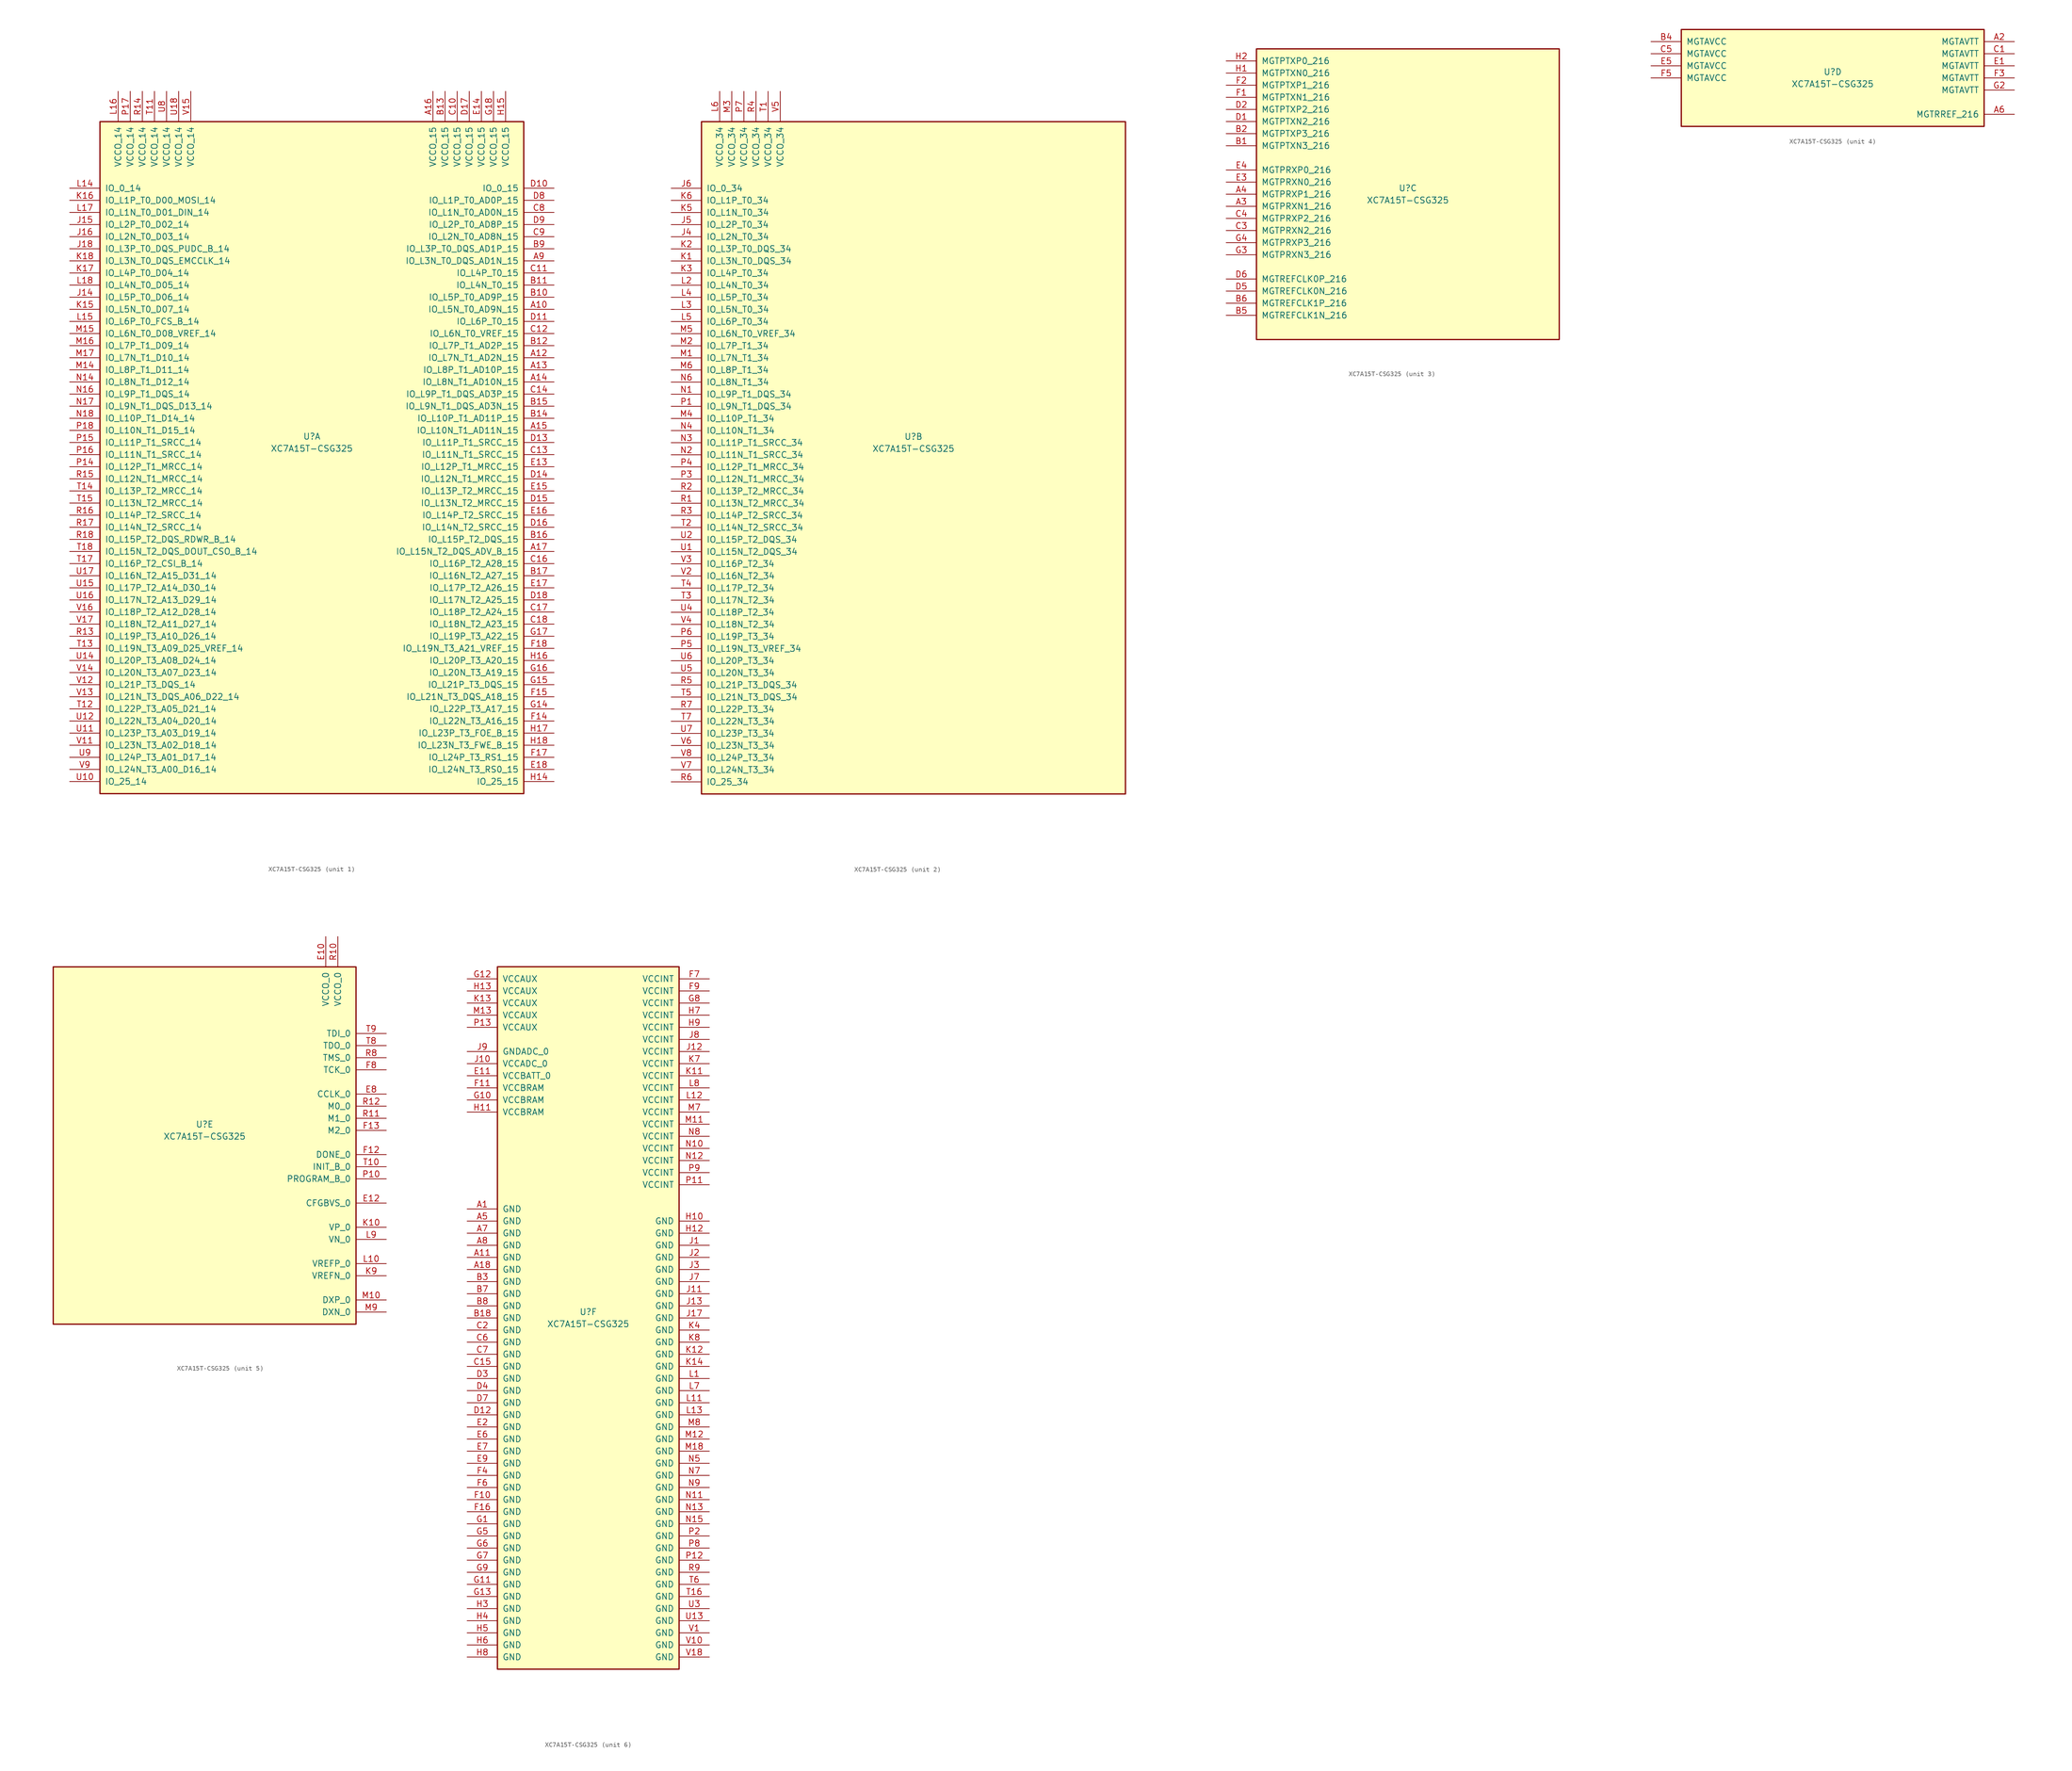
<source format=kicad_sym>
(kicad_symbol_lib
  (version 20211014)
  (generator kicad_symbol_editor)
  (symbol "XC7A15T-CSG325"
    (pin_names
      (offset 1.016))
    (property "Reference" "U"
      (at 0 1.27 0)
      (effects (font (size 1.27 1.27))))
    (property "Value" "XC7A15T-CSG325"
      (at 0 -1.27 0)
      (effects (font (size 1.27 1.27))))
    (property "Datasheet" ""
      (at 0 0 0)
      (effects (font (size 1.27 1.27))))
    (property "ki_locked" ""
      (at 0 0 0)
      (effects (font (size 1.27 1.27))))
    (symbol "XC7A15T-CSG325_1_1"
      (rectangle (start -44.45 67.31) (end 44.45 -73.66) (stroke (width 0.254) (type default) (color 0 0 0 0)) (fill (type background)))
      (pin bidirectional line (at 50.8 27.94 180) (length 6.35) (name "IO_L5N_T0_AD9N_15" (effects (font (size 1.27 1.27)))) (number "A10" (effects (font (size 1.27 1.27)))))
      (pin bidirectional line (at 50.8 17.78 180) (length 6.35) (name "IO_L7N_T1_AD2N_15" (effects (font (size 1.27 1.27)))) (number "A12" (effects (font (size 1.27 1.27)))))
      (pin bidirectional line (at 50.8 15.24 180) (length 6.35) (name "IO_L8P_T1_AD10P_15" (effects (font (size 1.27 1.27)))) (number "A13" (effects (font (size 1.27 1.27)))))
      (pin bidirectional line (at 50.8 12.7 180) (length 6.35) (name "IO_L8N_T1_AD10N_15" (effects (font (size 1.27 1.27)))) (number "A14" (effects (font (size 1.27 1.27)))))
      (pin bidirectional line (at 50.8 2.54 180) (length 6.35) (name "IO_L10N_T1_AD11N_15" (effects (font (size 1.27 1.27)))) (number "A15" (effects (font (size 1.27 1.27)))))
      (pin power_in line (at 25.4 73.66 270) (length 6.35) (name "VCCO_15" (effects (font (size 1.27 1.27)))) (number "A16" (effects (font (size 1.27 1.27)))))
      (pin bidirectional line (at 50.8 -22.86 180) (length 6.35) (name "IO_L15N_T2_DQS_ADV_B_15" (effects (font (size 1.27 1.27)))) (number "A17" (effects (font (size 1.27 1.27)))))
      (pin bidirectional line (at 50.8 38.1 180) (length 6.35) (name "IO_L3N_T0_DQS_AD1N_15" (effects (font (size 1.27 1.27)))) (number "A9" (effects (font (size 1.27 1.27)))))
      (pin bidirectional line (at 50.8 30.48 180) (length 6.35) (name "IO_L5P_T0_AD9P_15" (effects (font (size 1.27 1.27)))) (number "B10" (effects (font (size 1.27 1.27)))))
      (pin bidirectional line (at 50.8 33.02 180) (length 6.35) (name "IO_L4N_T0_15" (effects (font (size 1.27 1.27)))) (number "B11" (effects (font (size 1.27 1.27)))))
      (pin bidirectional line (at 50.8 20.32 180) (length 6.35) (name "IO_L7P_T1_AD2P_15" (effects (font (size 1.27 1.27)))) (number "B12" (effects (font (size 1.27 1.27)))))
      (pin power_in line (at 27.94 73.66 270) (length 6.35) (name "VCCO_15" (effects (font (size 1.27 1.27)))) (number "B13" (effects (font (size 1.27 1.27)))))
      (pin bidirectional line (at 50.8 5.08 180) (length 6.35) (name "IO_L10P_T1_AD11P_15" (effects (font (size 1.27 1.27)))) (number "B14" (effects (font (size 1.27 1.27)))))
      (pin bidirectional line (at 50.8 7.62 180) (length 6.35) (name "IO_L9N_T1_DQS_AD3N_15" (effects (font (size 1.27 1.27)))) (number "B15" (effects (font (size 1.27 1.27)))))
      (pin bidirectional line (at 50.8 -20.32 180) (length 6.35) (name "IO_L15P_T2_DQS_15" (effects (font (size 1.27 1.27)))) (number "B16" (effects (font (size 1.27 1.27)))))
      (pin bidirectional line (at 50.8 -27.94 180) (length 6.35) (name "IO_L16N_T2_A27_15" (effects (font (size 1.27 1.27)))) (number "B17" (effects (font (size 1.27 1.27)))))
      (pin bidirectional line (at 50.8 40.64 180) (length 6.35) (name "IO_L3P_T0_DQS_AD1P_15" (effects (font (size 1.27 1.27)))) (number "B9" (effects (font (size 1.27 1.27)))))
      (pin power_in line (at 30.48 73.66 270) (length 6.35) (name "VCCO_15" (effects (font (size 1.27 1.27)))) (number "C10" (effects (font (size 1.27 1.27)))))
      (pin bidirectional line (at 50.8 35.56 180) (length 6.35) (name "IO_L4P_T0_15" (effects (font (size 1.27 1.27)))) (number "C11" (effects (font (size 1.27 1.27)))))
      (pin bidirectional line (at 50.8 22.86 180) (length 6.35) (name "IO_L6N_T0_VREF_15" (effects (font (size 1.27 1.27)))) (number "C12" (effects (font (size 1.27 1.27)))))
      (pin bidirectional line (at 50.8 -2.54 180) (length 6.35) (name "IO_L11N_T1_SRCC_15" (effects (font (size 1.27 1.27)))) (number "C13" (effects (font (size 1.27 1.27)))))
      (pin bidirectional line (at 50.8 10.16 180) (length 6.35) (name "IO_L9P_T1_DQS_AD3P_15" (effects (font (size 1.27 1.27)))) (number "C14" (effects (font (size 1.27 1.27)))))
      (pin bidirectional line (at 50.8 -25.4 180) (length 6.35) (name "IO_L16P_T2_A28_15" (effects (font (size 1.27 1.27)))) (number "C16" (effects (font (size 1.27 1.27)))))
      (pin bidirectional line (at 50.8 -35.56 180) (length 6.35) (name "IO_L18P_T2_A24_15" (effects (font (size 1.27 1.27)))) (number "C17" (effects (font (size 1.27 1.27)))))
      (pin bidirectional line (at 50.8 -38.1 180) (length 6.35) (name "IO_L18N_T2_A23_15" (effects (font (size 1.27 1.27)))) (number "C18" (effects (font (size 1.27 1.27)))))
      (pin bidirectional line (at 50.8 48.26 180) (length 6.35) (name "IO_L1N_T0_AD0N_15" (effects (font (size 1.27 1.27)))) (number "C8" (effects (font (size 1.27 1.27)))))
      (pin bidirectional line (at 50.8 43.18 180) (length 6.35) (name "IO_L2N_T0_AD8N_15" (effects (font (size 1.27 1.27)))) (number "C9" (effects (font (size 1.27 1.27)))))
      (pin bidirectional line (at 50.8 53.34 180) (length 6.35) (name "IO_0_15" (effects (font (size 1.27 1.27)))) (number "D10" (effects (font (size 1.27 1.27)))))
      (pin bidirectional line (at 50.8 25.4 180) (length 6.35) (name "IO_L6P_T0_15" (effects (font (size 1.27 1.27)))) (number "D11" (effects (font (size 1.27 1.27)))))
      (pin bidirectional line (at 50.8 0 180) (length 6.35) (name "IO_L11P_T1_SRCC_15" (effects (font (size 1.27 1.27)))) (number "D13" (effects (font (size 1.27 1.27)))))
      (pin bidirectional line (at 50.8 -7.62 180) (length 6.35) (name "IO_L12N_T1_MRCC_15" (effects (font (size 1.27 1.27)))) (number "D14" (effects (font (size 1.27 1.27)))))
      (pin bidirectional line (at 50.8 -12.7 180) (length 6.35) (name "IO_L13N_T2_MRCC_15" (effects (font (size 1.27 1.27)))) (number "D15" (effects (font (size 1.27 1.27)))))
      (pin bidirectional line (at 50.8 -17.78 180) (length 6.35) (name "IO_L14N_T2_SRCC_15" (effects (font (size 1.27 1.27)))) (number "D16" (effects (font (size 1.27 1.27)))))
      (pin power_in line (at 33.02 73.66 270) (length 6.35) (name "VCCO_15" (effects (font (size 1.27 1.27)))) (number "D17" (effects (font (size 1.27 1.27)))))
      (pin bidirectional line (at 50.8 -33.02 180) (length 6.35) (name "IO_L17N_T2_A25_15" (effects (font (size 1.27 1.27)))) (number "D18" (effects (font (size 1.27 1.27)))))
      (pin bidirectional line (at 50.8 50.8 180) (length 6.35) (name "IO_L1P_T0_AD0P_15" (effects (font (size 1.27 1.27)))) (number "D8" (effects (font (size 1.27 1.27)))))
      (pin bidirectional line (at 50.8 45.72 180) (length 6.35) (name "IO_L2P_T0_AD8P_15" (effects (font (size 1.27 1.27)))) (number "D9" (effects (font (size 1.27 1.27)))))
      (pin bidirectional line (at 50.8 -5.08 180) (length 6.35) (name "IO_L12P_T1_MRCC_15" (effects (font (size 1.27 1.27)))) (number "E13" (effects (font (size 1.27 1.27)))))
      (pin power_in line (at 35.56 73.66 270) (length 6.35) (name "VCCO_15" (effects (font (size 1.27 1.27)))) (number "E14" (effects (font (size 1.27 1.27)))))
      (pin bidirectional line (at 50.8 -10.16 180) (length 6.35) (name "IO_L13P_T2_MRCC_15" (effects (font (size 1.27 1.27)))) (number "E15" (effects (font (size 1.27 1.27)))))
      (pin bidirectional line (at 50.8 -15.24 180) (length 6.35) (name "IO_L14P_T2_SRCC_15" (effects (font (size 1.27 1.27)))) (number "E16" (effects (font (size 1.27 1.27)))))
      (pin bidirectional line (at 50.8 -30.48 180) (length 6.35) (name "IO_L17P_T2_A26_15" (effects (font (size 1.27 1.27)))) (number "E17" (effects (font (size 1.27 1.27)))))
      (pin bidirectional line (at 50.8 -68.58 180) (length 6.35) (name "IO_L24N_T3_RS0_15" (effects (font (size 1.27 1.27)))) (number "E18" (effects (font (size 1.27 1.27)))))
      (pin bidirectional line (at 50.8 -58.42 180) (length 6.35) (name "IO_L22N_T3_A16_15" (effects (font (size 1.27 1.27)))) (number "F14" (effects (font (size 1.27 1.27)))))
      (pin bidirectional line (at 50.8 -53.34 180) (length 6.35) (name "IO_L21N_T3_DQS_A18_15" (effects (font (size 1.27 1.27)))) (number "F15" (effects (font (size 1.27 1.27)))))
      (pin bidirectional line (at 50.8 -66.04 180) (length 6.35) (name "IO_L24P_T3_RS1_15" (effects (font (size 1.27 1.27)))) (number "F17" (effects (font (size 1.27 1.27)))))
      (pin bidirectional line (at 50.8 -43.18 180) (length 6.35) (name "IO_L19N_T3_A21_VREF_15" (effects (font (size 1.27 1.27)))) (number "F18" (effects (font (size 1.27 1.27)))))
      (pin bidirectional line (at 50.8 -55.88 180) (length 6.35) (name "IO_L22P_T3_A17_15" (effects (font (size 1.27 1.27)))) (number "G14" (effects (font (size 1.27 1.27)))))
      (pin bidirectional line (at 50.8 -50.8 180) (length 6.35) (name "IO_L21P_T3_DQS_15" (effects (font (size 1.27 1.27)))) (number "G15" (effects (font (size 1.27 1.27)))))
      (pin bidirectional line (at 50.8 -48.26 180) (length 6.35) (name "IO_L20N_T3_A19_15" (effects (font (size 1.27 1.27)))) (number "G16" (effects (font (size 1.27 1.27)))))
      (pin bidirectional line (at 50.8 -40.64 180) (length 6.35) (name "IO_L19P_T3_A22_15" (effects (font (size 1.27 1.27)))) (number "G17" (effects (font (size 1.27 1.27)))))
      (pin power_in line (at 38.1 73.66 270) (length 6.35) (name "VCCO_15" (effects (font (size 1.27 1.27)))) (number "G18" (effects (font (size 1.27 1.27)))))
      (pin bidirectional line (at 50.8 -71.12 180) (length 6.35) (name "IO_25_15" (effects (font (size 1.27 1.27)))) (number "H14" (effects (font (size 1.27 1.27)))))
      (pin power_in line (at 40.64 73.66 270) (length 6.35) (name "VCCO_15" (effects (font (size 1.27 1.27)))) (number "H15" (effects (font (size 1.27 1.27)))))
      (pin bidirectional line (at 50.8 -45.72 180) (length 6.35) (name "IO_L20P_T3_A20_15" (effects (font (size 1.27 1.27)))) (number "H16" (effects (font (size 1.27 1.27)))))
      (pin bidirectional line (at 50.8 -60.96 180) (length 6.35) (name "IO_L23P_T3_FOE_B_15" (effects (font (size 1.27 1.27)))) (number "H17" (effects (font (size 1.27 1.27)))))
      (pin bidirectional line (at 50.8 -63.5 180) (length 6.35) (name "IO_L23N_T3_FWE_B_15" (effects (font (size 1.27 1.27)))) (number "H18" (effects (font (size 1.27 1.27)))))
      (pin bidirectional line (at -50.8 30.48 0) (length 6.35) (name "IO_L5P_T0_D06_14" (effects (font (size 1.27 1.27)))) (number "J14" (effects (font (size 1.27 1.27)))))
      (pin bidirectional line (at -50.8 45.72 0) (length 6.35) (name "IO_L2P_T0_D02_14" (effects (font (size 1.27 1.27)))) (number "J15" (effects (font (size 1.27 1.27)))))
      (pin bidirectional line (at -50.8 43.18 0) (length 6.35) (name "IO_L2N_T0_D03_14" (effects (font (size 1.27 1.27)))) (number "J16" (effects (font (size 1.27 1.27)))))
      (pin bidirectional line (at -50.8 40.64 0) (length 6.35) (name "IO_L3P_T0_DQS_PUDC_B_14" (effects (font (size 1.27 1.27)))) (number "J18" (effects (font (size 1.27 1.27)))))
      (pin bidirectional line (at -50.8 27.94 0) (length 6.35) (name "IO_L5N_T0_D07_14" (effects (font (size 1.27 1.27)))) (number "K15" (effects (font (size 1.27 1.27)))))
      (pin bidirectional line (at -50.8 50.8 0) (length 6.35) (name "IO_L1P_T0_D00_MOSI_14" (effects (font (size 1.27 1.27)))) (number "K16" (effects (font (size 1.27 1.27)))))
      (pin bidirectional line (at -50.8 35.56 0) (length 6.35) (name "IO_L4P_T0_D04_14" (effects (font (size 1.27 1.27)))) (number "K17" (effects (font (size 1.27 1.27)))))
      (pin bidirectional line (at -50.8 38.1 0) (length 6.35) (name "IO_L3N_T0_DQS_EMCCLK_14" (effects (font (size 1.27 1.27)))) (number "K18" (effects (font (size 1.27 1.27)))))
      (pin bidirectional line (at -50.8 53.34 0) (length 6.35) (name "IO_0_14" (effects (font (size 1.27 1.27)))) (number "L14" (effects (font (size 1.27 1.27)))))
      (pin bidirectional line (at -50.8 25.4 0) (length 6.35) (name "IO_L6P_T0_FCS_B_14" (effects (font (size 1.27 1.27)))) (number "L15" (effects (font (size 1.27 1.27)))))
      (pin power_in line (at -40.64 73.66 270) (length 6.35) (name "VCCO_14" (effects (font (size 1.27 1.27)))) (number "L16" (effects (font (size 1.27 1.27)))))
      (pin bidirectional line (at -50.8 48.26 0) (length 6.35) (name "IO_L1N_T0_D01_DIN_14" (effects (font (size 1.27 1.27)))) (number "L17" (effects (font (size 1.27 1.27)))))
      (pin bidirectional line (at -50.8 33.02 0) (length 6.35) (name "IO_L4N_T0_D05_14" (effects (font (size 1.27 1.27)))) (number "L18" (effects (font (size 1.27 1.27)))))
      (pin bidirectional line (at -50.8 15.24 0) (length 6.35) (name "IO_L8P_T1_D11_14" (effects (font (size 1.27 1.27)))) (number "M14" (effects (font (size 1.27 1.27)))))
      (pin bidirectional line (at -50.8 22.86 0) (length 6.35) (name "IO_L6N_T0_D08_VREF_14" (effects (font (size 1.27 1.27)))) (number "M15" (effects (font (size 1.27 1.27)))))
      (pin bidirectional line (at -50.8 20.32 0) (length 6.35) (name "IO_L7P_T1_D09_14" (effects (font (size 1.27 1.27)))) (number "M16" (effects (font (size 1.27 1.27)))))
      (pin bidirectional line (at -50.8 17.78 0) (length 6.35) (name "IO_L7N_T1_D10_14" (effects (font (size 1.27 1.27)))) (number "M17" (effects (font (size 1.27 1.27)))))
      (pin bidirectional line (at -50.8 12.7 0) (length 6.35) (name "IO_L8N_T1_D12_14" (effects (font (size 1.27 1.27)))) (number "N14" (effects (font (size 1.27 1.27)))))
      (pin bidirectional line (at -50.8 10.16 0) (length 6.35) (name "IO_L9P_T1_DQS_14" (effects (font (size 1.27 1.27)))) (number "N16" (effects (font (size 1.27 1.27)))))
      (pin bidirectional line (at -50.8 7.62 0) (length 6.35) (name "IO_L9N_T1_DQS_D13_14" (effects (font (size 1.27 1.27)))) (number "N17" (effects (font (size 1.27 1.27)))))
      (pin bidirectional line (at -50.8 5.08 0) (length 6.35) (name "IO_L10P_T1_D14_14" (effects (font (size 1.27 1.27)))) (number "N18" (effects (font (size 1.27 1.27)))))
      (pin bidirectional line (at -50.8 -5.08 0) (length 6.35) (name "IO_L12P_T1_MRCC_14" (effects (font (size 1.27 1.27)))) (number "P14" (effects (font (size 1.27 1.27)))))
      (pin bidirectional line (at -50.8 0 0) (length 6.35) (name "IO_L11P_T1_SRCC_14" (effects (font (size 1.27 1.27)))) (number "P15" (effects (font (size 1.27 1.27)))))
      (pin bidirectional line (at -50.8 -2.54 0) (length 6.35) (name "IO_L11N_T1_SRCC_14" (effects (font (size 1.27 1.27)))) (number "P16" (effects (font (size 1.27 1.27)))))
      (pin power_in line (at -38.1 73.66 270) (length 6.35) (name "VCCO_14" (effects (font (size 1.27 1.27)))) (number "P17" (effects (font (size 1.27 1.27)))))
      (pin bidirectional line (at -50.8 2.54 0) (length 6.35) (name "IO_L10N_T1_D15_14" (effects (font (size 1.27 1.27)))) (number "P18" (effects (font (size 1.27 1.27)))))
      (pin bidirectional line (at -50.8 -40.64 0) (length 6.35) (name "IO_L19P_T3_A10_D26_14" (effects (font (size 1.27 1.27)))) (number "R13" (effects (font (size 1.27 1.27)))))
      (pin power_in line (at -35.56 73.66 270) (length 6.35) (name "VCCO_14" (effects (font (size 1.27 1.27)))) (number "R14" (effects (font (size 1.27 1.27)))))
      (pin bidirectional line (at -50.8 -7.62 0) (length 6.35) (name "IO_L12N_T1_MRCC_14" (effects (font (size 1.27 1.27)))) (number "R15" (effects (font (size 1.27 1.27)))))
      (pin bidirectional line (at -50.8 -15.24 0) (length 6.35) (name "IO_L14P_T2_SRCC_14" (effects (font (size 1.27 1.27)))) (number "R16" (effects (font (size 1.27 1.27)))))
      (pin bidirectional line (at -50.8 -17.78 0) (length 6.35) (name "IO_L14N_T2_SRCC_14" (effects (font (size 1.27 1.27)))) (number "R17" (effects (font (size 1.27 1.27)))))
      (pin bidirectional line (at -50.8 -20.32 0) (length 6.35) (name "IO_L15P_T2_DQS_RDWR_B_14" (effects (font (size 1.27 1.27)))) (number "R18" (effects (font (size 1.27 1.27)))))
      (pin power_in line (at -33.02 73.66 270) (length 6.35) (name "VCCO_14" (effects (font (size 1.27 1.27)))) (number "T11" (effects (font (size 1.27 1.27)))))
      (pin bidirectional line (at -50.8 -55.88 0) (length 6.35) (name "IO_L22P_T3_A05_D21_14" (effects (font (size 1.27 1.27)))) (number "T12" (effects (font (size 1.27 1.27)))))
      (pin bidirectional line (at -50.8 -43.18 0) (length 6.35) (name "IO_L19N_T3_A09_D25_VREF_14" (effects (font (size 1.27 1.27)))) (number "T13" (effects (font (size 1.27 1.27)))))
      (pin bidirectional line (at -50.8 -10.16 0) (length 6.35) (name "IO_L13P_T2_MRCC_14" (effects (font (size 1.27 1.27)))) (number "T14" (effects (font (size 1.27 1.27)))))
      (pin bidirectional line (at -50.8 -12.7 0) (length 6.35) (name "IO_L13N_T2_MRCC_14" (effects (font (size 1.27 1.27)))) (number "T15" (effects (font (size 1.27 1.27)))))
      (pin bidirectional line (at -50.8 -25.4 0) (length 6.35) (name "IO_L16P_T2_CSI_B_14" (effects (font (size 1.27 1.27)))) (number "T17" (effects (font (size 1.27 1.27)))))
      (pin bidirectional line (at -50.8 -22.86 0) (length 6.35) (name "IO_L15N_T2_DQS_DOUT_CSO_B_14" (effects (font (size 1.27 1.27)))) (number "T18" (effects (font (size 1.27 1.27)))))
      (pin bidirectional line (at -50.8 -71.12 0) (length 6.35) (name "IO_25_14" (effects (font (size 1.27 1.27)))) (number "U10" (effects (font (size 1.27 1.27)))))
      (pin bidirectional line (at -50.8 -60.96 0) (length 6.35) (name "IO_L23P_T3_A03_D19_14" (effects (font (size 1.27 1.27)))) (number "U11" (effects (font (size 1.27 1.27)))))
      (pin bidirectional line (at -50.8 -58.42 0) (length 6.35) (name "IO_L22N_T3_A04_D20_14" (effects (font (size 1.27 1.27)))) (number "U12" (effects (font (size 1.27 1.27)))))
      (pin bidirectional line (at -50.8 -45.72 0) (length 6.35) (name "IO_L20P_T3_A08_D24_14" (effects (font (size 1.27 1.27)))) (number "U14" (effects (font (size 1.27 1.27)))))
      (pin bidirectional line (at -50.8 -30.48 0) (length 6.35) (name "IO_L17P_T2_A14_D30_14" (effects (font (size 1.27 1.27)))) (number "U15" (effects (font (size 1.27 1.27)))))
      (pin bidirectional line (at -50.8 -33.02 0) (length 6.35) (name "IO_L17N_T2_A13_D29_14" (effects (font (size 1.27 1.27)))) (number "U16" (effects (font (size 1.27 1.27)))))
      (pin bidirectional line (at -50.8 -27.94 0) (length 6.35) (name "IO_L16N_T2_A15_D31_14" (effects (font (size 1.27 1.27)))) (number "U17" (effects (font (size 1.27 1.27)))))
      (pin power_in line (at -27.94 73.66 270) (length 6.35) (name "VCCO_14" (effects (font (size 1.27 1.27)))) (number "U18" (effects (font (size 1.27 1.27)))))
      (pin power_in line (at -30.48 73.66 270) (length 6.35) (name "VCCO_14" (effects (font (size 1.27 1.27)))) (number "U8" (effects (font (size 1.27 1.27)))))
      (pin bidirectional line (at -50.8 -66.04 0) (length 6.35) (name "IO_L24P_T3_A01_D17_14" (effects (font (size 1.27 1.27)))) (number "U9" (effects (font (size 1.27 1.27)))))
      (pin bidirectional line (at -50.8 -63.5 0) (length 6.35) (name "IO_L23N_T3_A02_D18_14" (effects (font (size 1.27 1.27)))) (number "V11" (effects (font (size 1.27 1.27)))))
      (pin bidirectional line (at -50.8 -50.8 0) (length 6.35) (name "IO_L21P_T3_DQS_14" (effects (font (size 1.27 1.27)))) (number "V12" (effects (font (size 1.27 1.27)))))
      (pin bidirectional line (at -50.8 -53.34 0) (length 6.35) (name "IO_L21N_T3_DQS_A06_D22_14" (effects (font (size 1.27 1.27)))) (number "V13" (effects (font (size 1.27 1.27)))))
      (pin bidirectional line (at -50.8 -48.26 0) (length 6.35) (name "IO_L20N_T3_A07_D23_14" (effects (font (size 1.27 1.27)))) (number "V14" (effects (font (size 1.27 1.27)))))
      (pin power_in line (at -25.4 73.66 270) (length 6.35) (name "VCCO_14" (effects (font (size 1.27 1.27)))) (number "V15" (effects (font (size 1.27 1.27)))))
      (pin bidirectional line (at -50.8 -35.56 0) (length 6.35) (name "IO_L18P_T2_A12_D28_14" (effects (font (size 1.27 1.27)))) (number "V16" (effects (font (size 1.27 1.27)))))
      (pin bidirectional line (at -50.8 -38.1 0) (length 6.35) (name "IO_L18N_T2_A11_D27_14" (effects (font (size 1.27 1.27)))) (number "V17" (effects (font (size 1.27 1.27)))))
      (pin bidirectional line (at -50.8 -68.58 0) (length 6.35) (name "IO_L24N_T3_A00_D16_14" (effects (font (size 1.27 1.27)))) (number "V9" (effects (font (size 1.27 1.27))))))
    (symbol "XC7A15T-CSG325_2_1"
      (rectangle (start -44.45 67.31) (end 44.45 -73.66) (stroke (width 0.254) (type default) (color 0 0 0 0)) (fill (type background)))
      (pin bidirectional line (at -50.8 43.18 0) (length 6.35) (name "IO_L2N_T0_34" (effects (font (size 1.27 1.27)))) (number "J4" (effects (font (size 1.27 1.27)))))
      (pin bidirectional line (at -50.8 45.72 0) (length 6.35) (name "IO_L2P_T0_34" (effects (font (size 1.27 1.27)))) (number "J5" (effects (font (size 1.27 1.27)))))
      (pin bidirectional line (at -50.8 53.34 0) (length 6.35) (name "IO_0_34" (effects (font (size 1.27 1.27)))) (number "J6" (effects (font (size 1.27 1.27)))))
      (pin bidirectional line (at -50.8 38.1 0) (length 6.35) (name "IO_L3N_T0_DQS_34" (effects (font (size 1.27 1.27)))) (number "K1" (effects (font (size 1.27 1.27)))))
      (pin bidirectional line (at -50.8 40.64 0) (length 6.35) (name "IO_L3P_T0_DQS_34" (effects (font (size 1.27 1.27)))) (number "K2" (effects (font (size 1.27 1.27)))))
      (pin bidirectional line (at -50.8 35.56 0) (length 6.35) (name "IO_L4P_T0_34" (effects (font (size 1.27 1.27)))) (number "K3" (effects (font (size 1.27 1.27)))))
      (pin bidirectional line (at -50.8 48.26 0) (length 6.35) (name "IO_L1N_T0_34" (effects (font (size 1.27 1.27)))) (number "K5" (effects (font (size 1.27 1.27)))))
      (pin bidirectional line (at -50.8 50.8 0) (length 6.35) (name "IO_L1P_T0_34" (effects (font (size 1.27 1.27)))) (number "K6" (effects (font (size 1.27 1.27)))))
      (pin bidirectional line (at -50.8 33.02 0) (length 6.35) (name "IO_L4N_T0_34" (effects (font (size 1.27 1.27)))) (number "L2" (effects (font (size 1.27 1.27)))))
      (pin bidirectional line (at -50.8 27.94 0) (length 6.35) (name "IO_L5N_T0_34" (effects (font (size 1.27 1.27)))) (number "L3" (effects (font (size 1.27 1.27)))))
      (pin bidirectional line (at -50.8 30.48 0) (length 6.35) (name "IO_L5P_T0_34" (effects (font (size 1.27 1.27)))) (number "L4" (effects (font (size 1.27 1.27)))))
      (pin bidirectional line (at -50.8 25.4 0) (length 6.35) (name "IO_L6P_T0_34" (effects (font (size 1.27 1.27)))) (number "L5" (effects (font (size 1.27 1.27)))))
      (pin power_in line (at -40.64 73.66 270) (length 6.35) (name "VCCO_34" (effects (font (size 1.27 1.27)))) (number "L6" (effects (font (size 1.27 1.27)))))
      (pin bidirectional line (at -50.8 17.78 0) (length 6.35) (name "IO_L7N_T1_34" (effects (font (size 1.27 1.27)))) (number "M1" (effects (font (size 1.27 1.27)))))
      (pin bidirectional line (at -50.8 20.32 0) (length 6.35) (name "IO_L7P_T1_34" (effects (font (size 1.27 1.27)))) (number "M2" (effects (font (size 1.27 1.27)))))
      (pin power_in line (at -38.1 73.66 270) (length 6.35) (name "VCCO_34" (effects (font (size 1.27 1.27)))) (number "M3" (effects (font (size 1.27 1.27)))))
      (pin bidirectional line (at -50.8 5.08 0) (length 6.35) (name "IO_L10P_T1_34" (effects (font (size 1.27 1.27)))) (number "M4" (effects (font (size 1.27 1.27)))))
      (pin bidirectional line (at -50.8 22.86 0) (length 6.35) (name "IO_L6N_T0_VREF_34" (effects (font (size 1.27 1.27)))) (number "M5" (effects (font (size 1.27 1.27)))))
      (pin bidirectional line (at -50.8 15.24 0) (length 6.35) (name "IO_L8P_T1_34" (effects (font (size 1.27 1.27)))) (number "M6" (effects (font (size 1.27 1.27)))))
      (pin bidirectional line (at -50.8 10.16 0) (length 6.35) (name "IO_L9P_T1_DQS_34" (effects (font (size 1.27 1.27)))) (number "N1" (effects (font (size 1.27 1.27)))))
      (pin bidirectional line (at -50.8 -2.54 0) (length 6.35) (name "IO_L11N_T1_SRCC_34" (effects (font (size 1.27 1.27)))) (number "N2" (effects (font (size 1.27 1.27)))))
      (pin bidirectional line (at -50.8 0 0) (length 6.35) (name "IO_L11P_T1_SRCC_34" (effects (font (size 1.27 1.27)))) (number "N3" (effects (font (size 1.27 1.27)))))
      (pin bidirectional line (at -50.8 2.54 0) (length 6.35) (name "IO_L10N_T1_34" (effects (font (size 1.27 1.27)))) (number "N4" (effects (font (size 1.27 1.27)))))
      (pin bidirectional line (at -50.8 12.7 0) (length 6.35) (name "IO_L8N_T1_34" (effects (font (size 1.27 1.27)))) (number "N6" (effects (font (size 1.27 1.27)))))
      (pin bidirectional line (at -50.8 7.62 0) (length 6.35) (name "IO_L9N_T1_DQS_34" (effects (font (size 1.27 1.27)))) (number "P1" (effects (font (size 1.27 1.27)))))
      (pin bidirectional line (at -50.8 -7.62 0) (length 6.35) (name "IO_L12N_T1_MRCC_34" (effects (font (size 1.27 1.27)))) (number "P3" (effects (font (size 1.27 1.27)))))
      (pin bidirectional line (at -50.8 -5.08 0) (length 6.35) (name "IO_L12P_T1_MRCC_34" (effects (font (size 1.27 1.27)))) (number "P4" (effects (font (size 1.27 1.27)))))
      (pin bidirectional line (at -50.8 -43.18 0) (length 6.35) (name "IO_L19N_T3_VREF_34" (effects (font (size 1.27 1.27)))) (number "P5" (effects (font (size 1.27 1.27)))))
      (pin bidirectional line (at -50.8 -40.64 0) (length 6.35) (name "IO_L19P_T3_34" (effects (font (size 1.27 1.27)))) (number "P6" (effects (font (size 1.27 1.27)))))
      (pin power_in line (at -35.56 73.66 270) (length 6.35) (name "VCCO_34" (effects (font (size 1.27 1.27)))) (number "P7" (effects (font (size 1.27 1.27)))))
      (pin bidirectional line (at -50.8 -12.7 0) (length 6.35) (name "IO_L13N_T2_MRCC_34" (effects (font (size 1.27 1.27)))) (number "R1" (effects (font (size 1.27 1.27)))))
      (pin bidirectional line (at -50.8 -10.16 0) (length 6.35) (name "IO_L13P_T2_MRCC_34" (effects (font (size 1.27 1.27)))) (number "R2" (effects (font (size 1.27 1.27)))))
      (pin bidirectional line (at -50.8 -15.24 0) (length 6.35) (name "IO_L14P_T2_SRCC_34" (effects (font (size 1.27 1.27)))) (number "R3" (effects (font (size 1.27 1.27)))))
      (pin power_in line (at -33.02 73.66 270) (length 6.35) (name "VCCO_34" (effects (font (size 1.27 1.27)))) (number "R4" (effects (font (size 1.27 1.27)))))
      (pin bidirectional line (at -50.8 -50.8 0) (length 6.35) (name "IO_L21P_T3_DQS_34" (effects (font (size 1.27 1.27)))) (number "R5" (effects (font (size 1.27 1.27)))))
      (pin bidirectional line (at -50.8 -71.12 0) (length 6.35) (name "IO_25_34" (effects (font (size 1.27 1.27)))) (number "R6" (effects (font (size 1.27 1.27)))))
      (pin bidirectional line (at -50.8 -55.88 0) (length 6.35) (name "IO_L22P_T3_34" (effects (font (size 1.27 1.27)))) (number "R7" (effects (font (size 1.27 1.27)))))
      (pin power_in line (at -30.48 73.66 270) (length 6.35) (name "VCCO_34" (effects (font (size 1.27 1.27)))) (number "T1" (effects (font (size 1.27 1.27)))))
      (pin bidirectional line (at -50.8 -17.78 0) (length 6.35) (name "IO_L14N_T2_SRCC_34" (effects (font (size 1.27 1.27)))) (number "T2" (effects (font (size 1.27 1.27)))))
      (pin bidirectional line (at -50.8 -33.02 0) (length 6.35) (name "IO_L17N_T2_34" (effects (font (size 1.27 1.27)))) (number "T3" (effects (font (size 1.27 1.27)))))
      (pin bidirectional line (at -50.8 -30.48 0) (length 6.35) (name "IO_L17P_T2_34" (effects (font (size 1.27 1.27)))) (number "T4" (effects (font (size 1.27 1.27)))))
      (pin bidirectional line (at -50.8 -53.34 0) (length 6.35) (name "IO_L21N_T3_DQS_34" (effects (font (size 1.27 1.27)))) (number "T5" (effects (font (size 1.27 1.27)))))
      (pin bidirectional line (at -50.8 -58.42 0) (length 6.35) (name "IO_L22N_T3_34" (effects (font (size 1.27 1.27)))) (number "T7" (effects (font (size 1.27 1.27)))))
      (pin bidirectional line (at -50.8 -22.86 0) (length 6.35) (name "IO_L15N_T2_DQS_34" (effects (font (size 1.27 1.27)))) (number "U1" (effects (font (size 1.27 1.27)))))
      (pin bidirectional line (at -50.8 -20.32 0) (length 6.35) (name "IO_L15P_T2_DQS_34" (effects (font (size 1.27 1.27)))) (number "U2" (effects (font (size 1.27 1.27)))))
      (pin bidirectional line (at -50.8 -35.56 0) (length 6.35) (name "IO_L18P_T2_34" (effects (font (size 1.27 1.27)))) (number "U4" (effects (font (size 1.27 1.27)))))
      (pin bidirectional line (at -50.8 -48.26 0) (length 6.35) (name "IO_L20N_T3_34" (effects (font (size 1.27 1.27)))) (number "U5" (effects (font (size 1.27 1.27)))))
      (pin bidirectional line (at -50.8 -45.72 0) (length 6.35) (name "IO_L20P_T3_34" (effects (font (size 1.27 1.27)))) (number "U6" (effects (font (size 1.27 1.27)))))
      (pin bidirectional line (at -50.8 -60.96 0) (length 6.35) (name "IO_L23P_T3_34" (effects (font (size 1.27 1.27)))) (number "U7" (effects (font (size 1.27 1.27)))))
      (pin bidirectional line (at -50.8 -27.94 0) (length 6.35) (name "IO_L16N_T2_34" (effects (font (size 1.27 1.27)))) (number "V2" (effects (font (size 1.27 1.27)))))
      (pin bidirectional line (at -50.8 -25.4 0) (length 6.35) (name "IO_L16P_T2_34" (effects (font (size 1.27 1.27)))) (number "V3" (effects (font (size 1.27 1.27)))))
      (pin bidirectional line (at -50.8 -38.1 0) (length 6.35) (name "IO_L18N_T2_34" (effects (font (size 1.27 1.27)))) (number "V4" (effects (font (size 1.27 1.27)))))
      (pin power_in line (at -27.94 73.66 270) (length 6.35) (name "VCCO_34" (effects (font (size 1.27 1.27)))) (number "V5" (effects (font (size 1.27 1.27)))))
      (pin bidirectional line (at -50.8 -63.5 0) (length 6.35) (name "IO_L23N_T3_34" (effects (font (size 1.27 1.27)))) (number "V6" (effects (font (size 1.27 1.27)))))
      (pin bidirectional line (at -50.8 -68.58 0) (length 6.35) (name "IO_L24N_T3_34" (effects (font (size 1.27 1.27)))) (number "V7" (effects (font (size 1.27 1.27)))))
      (pin bidirectional line (at -50.8 -66.04 0) (length 6.35) (name "IO_L24P_T3_34" (effects (font (size 1.27 1.27)))) (number "V8" (effects (font (size 1.27 1.27))))))
    (symbol "XC7A15T-CSG325_3_1"
      (rectangle (start -31.75 30.48) (end 31.75 -30.48) (stroke (width 0.254) (type default) (color 0 0 0 0)) (fill (type background)))
      (pin bidirectional line (at -38.1 -2.54 0) (length 6.35) (name "MGTPRXN1_216" (effects (font (size 1.27 1.27)))) (number "A3" (effects (font (size 1.27 1.27)))))
      (pin bidirectional line (at -38.1 0 0) (length 6.35) (name "MGTPRXP1_216" (effects (font (size 1.27 1.27)))) (number "A4" (effects (font (size 1.27 1.27)))))
      (pin bidirectional line (at -38.1 10.16 0) (length 6.35) (name "MGTPTXN3_216" (effects (font (size 1.27 1.27)))) (number "B1" (effects (font (size 1.27 1.27)))))
      (pin bidirectional line (at -38.1 12.7 0) (length 6.35) (name "MGTPTXP3_216" (effects (font (size 1.27 1.27)))) (number "B2" (effects (font (size 1.27 1.27)))))
      (pin bidirectional line (at -38.1 -25.4 0) (length 6.35) (name "MGTREFCLK1N_216" (effects (font (size 1.27 1.27)))) (number "B5" (effects (font (size 1.27 1.27)))))
      (pin bidirectional line (at -38.1 -22.86 0) (length 6.35) (name "MGTREFCLK1P_216" (effects (font (size 1.27 1.27)))) (number "B6" (effects (font (size 1.27 1.27)))))
      (pin bidirectional line (at -38.1 -7.62 0) (length 6.35) (name "MGTPRXN2_216" (effects (font (size 1.27 1.27)))) (number "C3" (effects (font (size 1.27 1.27)))))
      (pin bidirectional line (at -38.1 -5.08 0) (length 6.35) (name "MGTPRXP2_216" (effects (font (size 1.27 1.27)))) (number "C4" (effects (font (size 1.27 1.27)))))
      (pin bidirectional line (at -38.1 15.24 0) (length 6.35) (name "MGTPTXN2_216" (effects (font (size 1.27 1.27)))) (number "D1" (effects (font (size 1.27 1.27)))))
      (pin bidirectional line (at -38.1 17.78 0) (length 6.35) (name "MGTPTXP2_216" (effects (font (size 1.27 1.27)))) (number "D2" (effects (font (size 1.27 1.27)))))
      (pin bidirectional line (at -38.1 -20.32 0) (length 6.35) (name "MGTREFCLK0N_216" (effects (font (size 1.27 1.27)))) (number "D5" (effects (font (size 1.27 1.27)))))
      (pin bidirectional line (at -38.1 -17.78 0) (length 6.35) (name "MGTREFCLK0P_216" (effects (font (size 1.27 1.27)))) (number "D6" (effects (font (size 1.27 1.27)))))
      (pin bidirectional line (at -38.1 2.54 0) (length 6.35) (name "MGTPRXN0_216" (effects (font (size 1.27 1.27)))) (number "E3" (effects (font (size 1.27 1.27)))))
      (pin bidirectional line (at -38.1 5.08 0) (length 6.35) (name "MGTPRXP0_216" (effects (font (size 1.27 1.27)))) (number "E4" (effects (font (size 1.27 1.27)))))
      (pin bidirectional line (at -38.1 20.32 0) (length 6.35) (name "MGTPTXN1_216" (effects (font (size 1.27 1.27)))) (number "F1" (effects (font (size 1.27 1.27)))))
      (pin bidirectional line (at -38.1 22.86 0) (length 6.35) (name "MGTPTXP1_216" (effects (font (size 1.27 1.27)))) (number "F2" (effects (font (size 1.27 1.27)))))
      (pin bidirectional line (at -38.1 -12.7 0) (length 6.35) (name "MGTPRXN3_216" (effects (font (size 1.27 1.27)))) (number "G3" (effects (font (size 1.27 1.27)))))
      (pin bidirectional line (at -38.1 -10.16 0) (length 6.35) (name "MGTPRXP3_216" (effects (font (size 1.27 1.27)))) (number "G4" (effects (font (size 1.27 1.27)))))
      (pin bidirectional line (at -38.1 25.4 0) (length 6.35) (name "MGTPTXN0_216" (effects (font (size 1.27 1.27)))) (number "H1" (effects (font (size 1.27 1.27)))))
      (pin bidirectional line (at -38.1 27.94 0) (length 6.35) (name "MGTPTXP0_216" (effects (font (size 1.27 1.27)))) (number "H2" (effects (font (size 1.27 1.27))))))
    (symbol "XC7A15T-CSG325_4_1"
      (rectangle (start -31.75 10.16) (end 31.75 -10.16) (stroke (width 0.254) (type default) (color 0 0 0 0)) (fill (type background)))
      (pin power_in line (at 38.1 7.62 180) (length 6.35) (name "MGTAVTT" (effects (font (size 1.27 1.27)))) (number "A2" (effects (font (size 1.27 1.27)))))
      (pin power_in line (at 38.1 -7.62 180) (length 6.35) (name "MGTRREF_216" (effects (font (size 1.27 1.27)))) (number "A6" (effects (font (size 1.27 1.27)))))
      (pin power_in line (at -38.1 7.62 0) (length 6.35) (name "MGTAVCC" (effects (font (size 1.27 1.27)))) (number "B4" (effects (font (size 1.27 1.27)))))
      (pin power_in line (at 38.1 5.08 180) (length 6.35) (name "MGTAVTT" (effects (font (size 1.27 1.27)))) (number "C1" (effects (font (size 1.27 1.27)))))
      (pin power_in line (at -38.1 5.08 0) (length 6.35) (name "MGTAVCC" (effects (font (size 1.27 1.27)))) (number "C5" (effects (font (size 1.27 1.27)))))
      (pin power_in line (at 38.1 2.54 180) (length 6.35) (name "MGTAVTT" (effects (font (size 1.27 1.27)))) (number "E1" (effects (font (size 1.27 1.27)))))
      (pin power_in line (at -38.1 2.54 0) (length 6.35) (name "MGTAVCC" (effects (font (size 1.27 1.27)))) (number "E5" (effects (font (size 1.27 1.27)))))
      (pin power_in line (at 38.1 0 180) (length 6.35) (name "MGTAVTT" (effects (font (size 1.27 1.27)))) (number "F3" (effects (font (size 1.27 1.27)))))
      (pin power_in line (at -38.1 0 0) (length 6.35) (name "MGTAVCC" (effects (font (size 1.27 1.27)))) (number "F5" (effects (font (size 1.27 1.27)))))
      (pin power_in line (at 38.1 -2.54 180) (length 6.35) (name "MGTAVTT" (effects (font (size 1.27 1.27)))) (number "G2" (effects (font (size 1.27 1.27))))))
    (symbol "XC7A15T-CSG325_5_1"
      (rectangle (start -31.75 34.29) (end 31.75 -40.64) (stroke (width 0.254) (type default) (color 0 0 0 0)) (fill (type background)))
      (pin power_in line (at 25.4 40.64 270) (length 6.35) (name "VCCO_0" (effects (font (size 1.27 1.27)))) (number "E10" (effects (font (size 1.27 1.27)))))
      (pin bidirectional line (at 38.1 -15.24 180) (length 6.35) (name "CFGBVS_0" (effects (font (size 1.27 1.27)))) (number "E12" (effects (font (size 1.27 1.27)))))
      (pin bidirectional line (at 38.1 7.62 180) (length 6.35) (name "CCLK_0" (effects (font (size 1.27 1.27)))) (number "E8" (effects (font (size 1.27 1.27)))))
      (pin bidirectional line (at 38.1 -5.08 180) (length 6.35) (name "DONE_0" (effects (font (size 1.27 1.27)))) (number "F12" (effects (font (size 1.27 1.27)))))
      (pin bidirectional line (at 38.1 0 180) (length 6.35) (name "M2_0" (effects (font (size 1.27 1.27)))) (number "F13" (effects (font (size 1.27 1.27)))))
      (pin bidirectional line (at 38.1 12.7 180) (length 6.35) (name "TCK_0" (effects (font (size 1.27 1.27)))) (number "F8" (effects (font (size 1.27 1.27)))))
      (pin bidirectional line (at 38.1 -20.32 180) (length 6.35) (name "VP_0" (effects (font (size 1.27 1.27)))) (number "K10" (effects (font (size 1.27 1.27)))))
      (pin bidirectional line (at 38.1 -30.48 180) (length 6.35) (name "VREFN_0" (effects (font (size 1.27 1.27)))) (number "K9" (effects (font (size 1.27 1.27)))))
      (pin bidirectional line (at 38.1 -27.94 180) (length 6.35) (name "VREFP_0" (effects (font (size 1.27 1.27)))) (number "L10" (effects (font (size 1.27 1.27)))))
      (pin bidirectional line (at 38.1 -22.86 180) (length 6.35) (name "VN_0" (effects (font (size 1.27 1.27)))) (number "L9" (effects (font (size 1.27 1.27)))))
      (pin bidirectional line (at 38.1 -35.56 180) (length 6.35) (name "DXP_0" (effects (font (size 1.27 1.27)))) (number "M10" (effects (font (size 1.27 1.27)))))
      (pin bidirectional line (at 38.1 -38.1 180) (length 6.35) (name "DXN_0" (effects (font (size 1.27 1.27)))) (number "M9" (effects (font (size 1.27 1.27)))))
      (pin bidirectional line (at 38.1 -10.16 180) (length 6.35) (name "PROGRAM_B_0" (effects (font (size 1.27 1.27)))) (number "P10" (effects (font (size 1.27 1.27)))))
      (pin power_in line (at 27.94 40.64 270) (length 6.35) (name "VCCO_0" (effects (font (size 1.27 1.27)))) (number "R10" (effects (font (size 1.27 1.27)))))
      (pin bidirectional line (at 38.1 2.54 180) (length 6.35) (name "M1_0" (effects (font (size 1.27 1.27)))) (number "R11" (effects (font (size 1.27 1.27)))))
      (pin bidirectional line (at 38.1 5.08 180) (length 6.35) (name "M0_0" (effects (font (size 1.27 1.27)))) (number "R12" (effects (font (size 1.27 1.27)))))
      (pin bidirectional line (at 38.1 15.24 180) (length 6.35) (name "TMS_0" (effects (font (size 1.27 1.27)))) (number "R8" (effects (font (size 1.27 1.27)))))
      (pin bidirectional line (at 38.1 -7.62 180) (length 6.35) (name "INIT_B_0" (effects (font (size 1.27 1.27)))) (number "T10" (effects (font (size 1.27 1.27)))))
      (pin bidirectional line (at 38.1 17.78 180) (length 6.35) (name "TDO_0" (effects (font (size 1.27 1.27)))) (number "T8" (effects (font (size 1.27 1.27)))))
      (pin bidirectional line (at 38.1 20.32 180) (length 6.35) (name "TDI_0" (effects (font (size 1.27 1.27)))) (number "T9" (effects (font (size 1.27 1.27))))))
    (symbol "XC7A15T-CSG325_6_1"
      (rectangle (start -19.05 73.66) (end 19.05 -73.66) (stroke (width 0.254) (type default) (color 0 0 0 0)) (fill (type background)))
      (pin power_in line (at -25.4 22.86 0) (length 6.35) (name "GND" (effects (font (size 1.27 1.27)))) (number "A1" (effects (font (size 1.27 1.27)))))
      (pin power_in line (at -25.4 12.7 0) (length 6.35) (name "GND" (effects (font (size 1.27 1.27)))) (number "A11" (effects (font (size 1.27 1.27)))))
      (pin power_in line (at -25.4 10.16 0) (length 6.35) (name "GND" (effects (font (size 1.27 1.27)))) (number "A18" (effects (font (size 1.27 1.27)))))
      (pin power_in line (at -25.4 20.32 0) (length 6.35) (name "GND" (effects (font (size 1.27 1.27)))) (number "A5" (effects (font (size 1.27 1.27)))))
      (pin power_in line (at -25.4 17.78 0) (length 6.35) (name "GND" (effects (font (size 1.27 1.27)))) (number "A7" (effects (font (size 1.27 1.27)))))
      (pin power_in line (at -25.4 15.24 0) (length 6.35) (name "GND" (effects (font (size 1.27 1.27)))) (number "A8" (effects (font (size 1.27 1.27)))))
      (pin power_in line (at -25.4 0 0) (length 6.35) (name "GND" (effects (font (size 1.27 1.27)))) (number "B18" (effects (font (size 1.27 1.27)))))
      (pin power_in line (at -25.4 7.62 0) (length 6.35) (name "GND" (effects (font (size 1.27 1.27)))) (number "B3" (effects (font (size 1.27 1.27)))))
      (pin power_in line (at -25.4 5.08 0) (length 6.35) (name "GND" (effects (font (size 1.27 1.27)))) (number "B7" (effects (font (size 1.27 1.27)))))
      (pin power_in line (at -25.4 2.54 0) (length 6.35) (name "GND" (effects (font (size 1.27 1.27)))) (number "B8" (effects (font (size 1.27 1.27)))))
      (pin power_in line (at -25.4 -10.16 0) (length 6.35) (name "GND" (effects (font (size 1.27 1.27)))) (number "C15" (effects (font (size 1.27 1.27)))))
      (pin power_in line (at -25.4 -2.54 0) (length 6.35) (name "GND" (effects (font (size 1.27 1.27)))) (number "C2" (effects (font (size 1.27 1.27)))))
      (pin power_in line (at -25.4 -5.08 0) (length 6.35) (name "GND" (effects (font (size 1.27 1.27)))) (number "C6" (effects (font (size 1.27 1.27)))))
      (pin power_in line (at -25.4 -7.62 0) (length 6.35) (name "GND" (effects (font (size 1.27 1.27)))) (number "C7" (effects (font (size 1.27 1.27)))))
      (pin power_in line (at -25.4 -20.32 0) (length 6.35) (name "GND" (effects (font (size 1.27 1.27)))) (number "D12" (effects (font (size 1.27 1.27)))))
      (pin power_in line (at -25.4 -12.7 0) (length 6.35) (name "GND" (effects (font (size 1.27 1.27)))) (number "D3" (effects (font (size 1.27 1.27)))))
      (pin power_in line (at -25.4 -15.24 0) (length 6.35) (name "GND" (effects (font (size 1.27 1.27)))) (number "D4" (effects (font (size 1.27 1.27)))))
      (pin power_in line (at -25.4 -17.78 0) (length 6.35) (name "GND" (effects (font (size 1.27 1.27)))) (number "D7" (effects (font (size 1.27 1.27)))))
      (pin power_in line (at -25.4 50.8 0) (length 6.35) (name "VCCBATT_0" (effects (font (size 1.27 1.27)))) (number "E11" (effects (font (size 1.27 1.27)))))
      (pin power_in line (at -25.4 -22.86 0) (length 6.35) (name "GND" (effects (font (size 1.27 1.27)))) (number "E2" (effects (font (size 1.27 1.27)))))
      (pin power_in line (at -25.4 -25.4 0) (length 6.35) (name "GND" (effects (font (size 1.27 1.27)))) (number "E6" (effects (font (size 1.27 1.27)))))
      (pin power_in line (at -25.4 -27.94 0) (length 6.35) (name "GND" (effects (font (size 1.27 1.27)))) (number "E7" (effects (font (size 1.27 1.27)))))
      (pin power_in line (at -25.4 -30.48 0) (length 6.35) (name "GND" (effects (font (size 1.27 1.27)))) (number "E9" (effects (font (size 1.27 1.27)))))
      (pin power_in line (at -25.4 -38.1 0) (length 6.35) (name "GND" (effects (font (size 1.27 1.27)))) (number "F10" (effects (font (size 1.27 1.27)))))
      (pin power_in line (at -25.4 48.26 0) (length 6.35) (name "VCCBRAM" (effects (font (size 1.27 1.27)))) (number "F11" (effects (font (size 1.27 1.27)))))
      (pin power_in line (at -25.4 -40.64 0) (length 6.35) (name "GND" (effects (font (size 1.27 1.27)))) (number "F16" (effects (font (size 1.27 1.27)))))
      (pin power_in line (at -25.4 -33.02 0) (length 6.35) (name "GND" (effects (font (size 1.27 1.27)))) (number "F4" (effects (font (size 1.27 1.27)))))
      (pin power_in line (at -25.4 -35.56 0) (length 6.35) (name "GND" (effects (font (size 1.27 1.27)))) (number "F6" (effects (font (size 1.27 1.27)))))
      (pin power_in line (at 25.4 71.12 180) (length 6.35) (name "VCCINT" (effects (font (size 1.27 1.27)))) (number "F7" (effects (font (size 1.27 1.27)))))
      (pin power_in line (at 25.4 68.58 180) (length 6.35) (name "VCCINT" (effects (font (size 1.27 1.27)))) (number "F9" (effects (font (size 1.27 1.27)))))
      (pin power_in line (at -25.4 -43.18 0) (length 6.35) (name "GND" (effects (font (size 1.27 1.27)))) (number "G1" (effects (font (size 1.27 1.27)))))
      (pin power_in line (at -25.4 45.72 0) (length 6.35) (name "VCCBRAM" (effects (font (size 1.27 1.27)))) (number "G10" (effects (font (size 1.27 1.27)))))
      (pin power_in line (at -25.4 -55.88 0) (length 6.35) (name "GND" (effects (font (size 1.27 1.27)))) (number "G11" (effects (font (size 1.27 1.27)))))
      (pin power_in line (at -25.4 71.12 0) (length 6.35) (name "VCCAUX" (effects (font (size 1.27 1.27)))) (number "G12" (effects (font (size 1.27 1.27)))))
      (pin power_in line (at -25.4 -58.42 0) (length 6.35) (name "GND" (effects (font (size 1.27 1.27)))) (number "G13" (effects (font (size 1.27 1.27)))))
      (pin power_in line (at -25.4 -45.72 0) (length 6.35) (name "GND" (effects (font (size 1.27 1.27)))) (number "G5" (effects (font (size 1.27 1.27)))))
      (pin power_in line (at -25.4 -48.26 0) (length 6.35) (name "GND" (effects (font (size 1.27 1.27)))) (number "G6" (effects (font (size 1.27 1.27)))))
      (pin power_in line (at -25.4 -50.8 0) (length 6.35) (name "GND" (effects (font (size 1.27 1.27)))) (number "G7" (effects (font (size 1.27 1.27)))))
      (pin power_in line (at 25.4 66.04 180) (length 6.35) (name "VCCINT" (effects (font (size 1.27 1.27)))) (number "G8" (effects (font (size 1.27 1.27)))))
      (pin power_in line (at -25.4 -53.34 0) (length 6.35) (name "GND" (effects (font (size 1.27 1.27)))) (number "G9" (effects (font (size 1.27 1.27)))))
      (pin power_in line (at 25.4 20.32 180) (length 6.35) (name "GND" (effects (font (size 1.27 1.27)))) (number "H10" (effects (font (size 1.27 1.27)))))
      (pin power_in line (at -25.4 43.18 0) (length 6.35) (name "VCCBRAM" (effects (font (size 1.27 1.27)))) (number "H11" (effects (font (size 1.27 1.27)))))
      (pin power_in line (at 25.4 17.78 180) (length 6.35) (name "GND" (effects (font (size 1.27 1.27)))) (number "H12" (effects (font (size 1.27 1.27)))))
      (pin power_in line (at -25.4 68.58 0) (length 6.35) (name "VCCAUX" (effects (font (size 1.27 1.27)))) (number "H13" (effects (font (size 1.27 1.27)))))
      (pin power_in line (at -25.4 -60.96 0) (length 6.35) (name "GND" (effects (font (size 1.27 1.27)))) (number "H3" (effects (font (size 1.27 1.27)))))
      (pin power_in line (at -25.4 -63.5 0) (length 6.35) (name "GND" (effects (font (size 1.27 1.27)))) (number "H4" (effects (font (size 1.27 1.27)))))
      (pin power_in line (at -25.4 -66.04 0) (length 6.35) (name "GND" (effects (font (size 1.27 1.27)))) (number "H5" (effects (font (size 1.27 1.27)))))
      (pin power_in line (at -25.4 -68.58 0) (length 6.35) (name "GND" (effects (font (size 1.27 1.27)))) (number "H6" (effects (font (size 1.27 1.27)))))
      (pin power_in line (at 25.4 63.5 180) (length 6.35) (name "VCCINT" (effects (font (size 1.27 1.27)))) (number "H7" (effects (font (size 1.27 1.27)))))
      (pin power_in line (at -25.4 -71.12 0) (length 6.35) (name "GND" (effects (font (size 1.27 1.27)))) (number "H8" (effects (font (size 1.27 1.27)))))
      (pin power_in line (at 25.4 60.96 180) (length 6.35) (name "VCCINT" (effects (font (size 1.27 1.27)))) (number "H9" (effects (font (size 1.27 1.27)))))
      (pin power_in line (at 25.4 15.24 180) (length 6.35) (name "GND" (effects (font (size 1.27 1.27)))) (number "J1" (effects (font (size 1.27 1.27)))))
      (pin power_in line (at -25.4 53.34 0) (length 6.35) (name "VCCADC_0" (effects (font (size 1.27 1.27)))) (number "J10" (effects (font (size 1.27 1.27)))))
      (pin power_in line (at 25.4 5.08 180) (length 6.35) (name "GND" (effects (font (size 1.27 1.27)))) (number "J11" (effects (font (size 1.27 1.27)))))
      (pin power_in line (at 25.4 55.88 180) (length 6.35) (name "VCCINT" (effects (font (size 1.27 1.27)))) (number "J12" (effects (font (size 1.27 1.27)))))
      (pin power_in line (at 25.4 2.54 180) (length 6.35) (name "GND" (effects (font (size 1.27 1.27)))) (number "J13" (effects (font (size 1.27 1.27)))))
      (pin power_in line (at 25.4 0 180) (length 6.35) (name "GND" (effects (font (size 1.27 1.27)))) (number "J17" (effects (font (size 1.27 1.27)))))
      (pin power_in line (at 25.4 12.7 180) (length 6.35) (name "GND" (effects (font (size 1.27 1.27)))) (number "J2" (effects (font (size 1.27 1.27)))))
      (pin power_in line (at 25.4 10.16 180) (length 6.35) (name "GND" (effects (font (size 1.27 1.27)))) (number "J3" (effects (font (size 1.27 1.27)))))
      (pin power_in line (at 25.4 7.62 180) (length 6.35) (name "GND" (effects (font (size 1.27 1.27)))) (number "J7" (effects (font (size 1.27 1.27)))))
      (pin power_in line (at 25.4 58.42 180) (length 6.35) (name "VCCINT" (effects (font (size 1.27 1.27)))) (number "J8" (effects (font (size 1.27 1.27)))))
      (pin power_in line (at -25.4 55.88 0) (length 6.35) (name "GNDADC_0" (effects (font (size 1.27 1.27)))) (number "J9" (effects (font (size 1.27 1.27)))))
      (pin power_in line (at 25.4 50.8 180) (length 6.35) (name "VCCINT" (effects (font (size 1.27 1.27)))) (number "K11" (effects (font (size 1.27 1.27)))))
      (pin power_in line (at 25.4 -7.62 180) (length 6.35) (name "GND" (effects (font (size 1.27 1.27)))) (number "K12" (effects (font (size 1.27 1.27)))))
      (pin power_in line (at -25.4 66.04 0) (length 6.35) (name "VCCAUX" (effects (font (size 1.27 1.27)))) (number "K13" (effects (font (size 1.27 1.27)))))
      (pin power_in line (at 25.4 -10.16 180) (length 6.35) (name "GND" (effects (font (size 1.27 1.27)))) (number "K14" (effects (font (size 1.27 1.27)))))
      (pin power_in line (at 25.4 -2.54 180) (length 6.35) (name "GND" (effects (font (size 1.27 1.27)))) (number "K4" (effects (font (size 1.27 1.27)))))
      (pin power_in line (at 25.4 53.34 180) (length 6.35) (name "VCCINT" (effects (font (size 1.27 1.27)))) (number "K7" (effects (font (size 1.27 1.27)))))
      (pin power_in line (at 25.4 -5.08 180) (length 6.35) (name "GND" (effects (font (size 1.27 1.27)))) (number "K8" (effects (font (size 1.27 1.27)))))
      (pin power_in line (at 25.4 -12.7 180) (length 6.35) (name "GND" (effects (font (size 1.27 1.27)))) (number "L1" (effects (font (size 1.27 1.27)))))
      (pin power_in line (at 25.4 -17.78 180) (length 6.35) (name "GND" (effects (font (size 1.27 1.27)))) (number "L11" (effects (font (size 1.27 1.27)))))
      (pin power_in line (at 25.4 45.72 180) (length 6.35) (name "VCCINT" (effects (font (size 1.27 1.27)))) (number "L12" (effects (font (size 1.27 1.27)))))
      (pin power_in line (at 25.4 -20.32 180) (length 6.35) (name "GND" (effects (font (size 1.27 1.27)))) (number "L13" (effects (font (size 1.27 1.27)))))
      (pin power_in line (at 25.4 -15.24 180) (length 6.35) (name "GND" (effects (font (size 1.27 1.27)))) (number "L7" (effects (font (size 1.27 1.27)))))
      (pin power_in line (at 25.4 48.26 180) (length 6.35) (name "VCCINT" (effects (font (size 1.27 1.27)))) (number "L8" (effects (font (size 1.27 1.27)))))
      (pin power_in line (at 25.4 40.64 180) (length 6.35) (name "VCCINT" (effects (font (size 1.27 1.27)))) (number "M11" (effects (font (size 1.27 1.27)))))
      (pin power_in line (at 25.4 -25.4 180) (length 6.35) (name "GND" (effects (font (size 1.27 1.27)))) (number "M12" (effects (font (size 1.27 1.27)))))
      (pin power_in line (at -25.4 63.5 0) (length 6.35) (name "VCCAUX" (effects (font (size 1.27 1.27)))) (number "M13" (effects (font (size 1.27 1.27)))))
      (pin power_in line (at 25.4 -27.94 180) (length 6.35) (name "GND" (effects (font (size 1.27 1.27)))) (number "M18" (effects (font (size 1.27 1.27)))))
      (pin power_in line (at 25.4 43.18 180) (length 6.35) (name "VCCINT" (effects (font (size 1.27 1.27)))) (number "M7" (effects (font (size 1.27 1.27)))))
      (pin power_in line (at 25.4 -22.86 180) (length 6.35) (name "GND" (effects (font (size 1.27 1.27)))) (number "M8" (effects (font (size 1.27 1.27)))))
      (pin power_in line (at 25.4 35.56 180) (length 6.35) (name "VCCINT" (effects (font (size 1.27 1.27)))) (number "N10" (effects (font (size 1.27 1.27)))))
      (pin power_in line (at 25.4 -38.1 180) (length 6.35) (name "GND" (effects (font (size 1.27 1.27)))) (number "N11" (effects (font (size 1.27 1.27)))))
      (pin power_in line (at 25.4 33.02 180) (length 6.35) (name "VCCINT" (effects (font (size 1.27 1.27)))) (number "N12" (effects (font (size 1.27 1.27)))))
      (pin power_in line (at 25.4 -40.64 180) (length 6.35) (name "GND" (effects (font (size 1.27 1.27)))) (number "N13" (effects (font (size 1.27 1.27)))))
      (pin power_in line (at 25.4 -43.18 180) (length 6.35) (name "GND" (effects (font (size 1.27 1.27)))) (number "N15" (effects (font (size 1.27 1.27)))))
      (pin power_in line (at 25.4 -30.48 180) (length 6.35) (name "GND" (effects (font (size 1.27 1.27)))) (number "N5" (effects (font (size 1.27 1.27)))))
      (pin power_in line (at 25.4 -33.02 180) (length 6.35) (name "GND" (effects (font (size 1.27 1.27)))) (number "N7" (effects (font (size 1.27 1.27)))))
      (pin power_in line (at 25.4 38.1 180) (length 6.35) (name "VCCINT" (effects (font (size 1.27 1.27)))) (number "N8" (effects (font (size 1.27 1.27)))))
      (pin power_in line (at 25.4 -35.56 180) (length 6.35) (name "GND" (effects (font (size 1.27 1.27)))) (number "N9" (effects (font (size 1.27 1.27)))))
      (pin power_in line (at 25.4 27.94 180) (length 6.35) (name "VCCINT" (effects (font (size 1.27 1.27)))) (number "P11" (effects (font (size 1.27 1.27)))))
      (pin power_in line (at 25.4 -50.8 180) (length 6.35) (name "GND" (effects (font (size 1.27 1.27)))) (number "P12" (effects (font (size 1.27 1.27)))))
      (pin power_in line (at -25.4 60.96 0) (length 6.35) (name "VCCAUX" (effects (font (size 1.27 1.27)))) (number "P13" (effects (font (size 1.27 1.27)))))
      (pin power_in line (at 25.4 -45.72 180) (length 6.35) (name "GND" (effects (font (size 1.27 1.27)))) (number "P2" (effects (font (size 1.27 1.27)))))
      (pin power_in line (at 25.4 -48.26 180) (length 6.35) (name "GND" (effects (font (size 1.27 1.27)))) (number "P8" (effects (font (size 1.27 1.27)))))
      (pin power_in line (at 25.4 30.48 180) (length 6.35) (name "VCCINT" (effects (font (size 1.27 1.27)))) (number "P9" (effects (font (size 1.27 1.27)))))
      (pin power_in line (at 25.4 -53.34 180) (length 6.35) (name "GND" (effects (font (size 1.27 1.27)))) (number "R9" (effects (font (size 1.27 1.27)))))
      (pin power_in line (at 25.4 -58.42 180) (length 6.35) (name "GND" (effects (font (size 1.27 1.27)))) (number "T16" (effects (font (size 1.27 1.27)))))
      (pin power_in line (at 25.4 -55.88 180) (length 6.35) (name "GND" (effects (font (size 1.27 1.27)))) (number "T6" (effects (font (size 1.27 1.27)))))
      (pin power_in line (at 25.4 -63.5 180) (length 6.35) (name "GND" (effects (font (size 1.27 1.27)))) (number "U13" (effects (font (size 1.27 1.27)))))
      (pin power_in line (at 25.4 -60.96 180) (length 6.35) (name "GND" (effects (font (size 1.27 1.27)))) (number "U3" (effects (font (size 1.27 1.27)))))
      (pin power_in line (at 25.4 -66.04 180) (length 6.35) (name "GND" (effects (font (size 1.27 1.27)))) (number "V1" (effects (font (size 1.27 1.27)))))
      (pin power_in line (at 25.4 -68.58 180) (length 6.35) (name "GND" (effects (font (size 1.27 1.27)))) (number "V10" (effects (font (size 1.27 1.27)))))
      (pin power_in line (at 25.4 -71.12 180) (length 6.35) (name "GND" (effects (font (size 1.27 1.27)))) (number "V18" (effects (font (size 1.27 1.27))))))))
</source>
